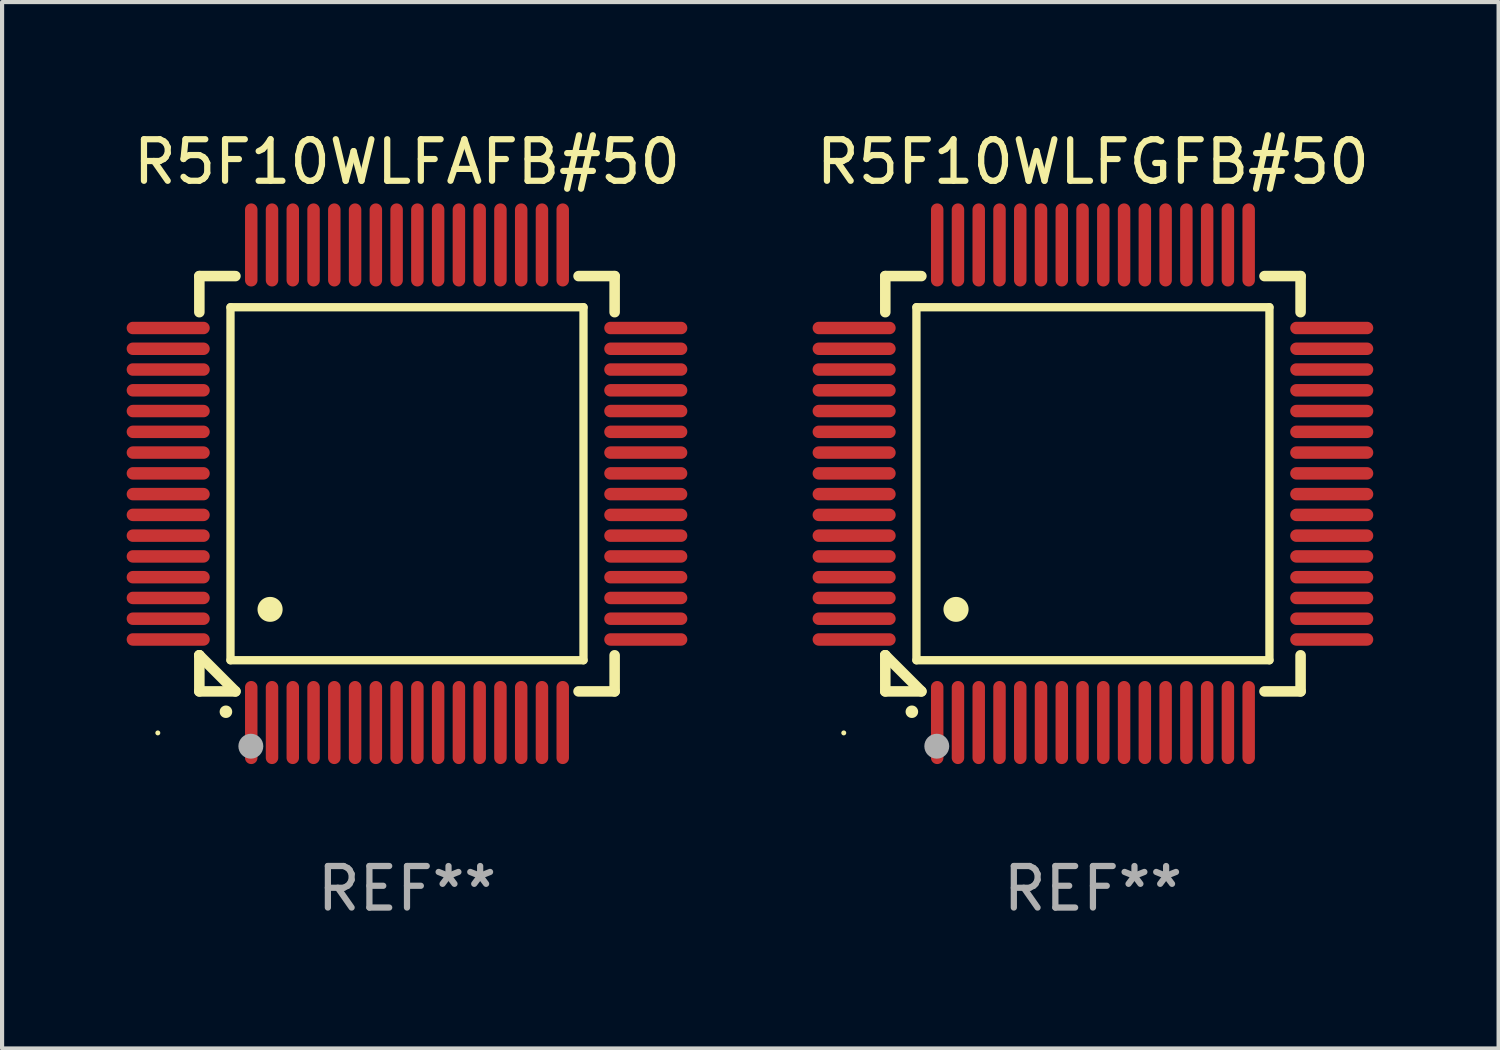
<source format=kicad_pcb>
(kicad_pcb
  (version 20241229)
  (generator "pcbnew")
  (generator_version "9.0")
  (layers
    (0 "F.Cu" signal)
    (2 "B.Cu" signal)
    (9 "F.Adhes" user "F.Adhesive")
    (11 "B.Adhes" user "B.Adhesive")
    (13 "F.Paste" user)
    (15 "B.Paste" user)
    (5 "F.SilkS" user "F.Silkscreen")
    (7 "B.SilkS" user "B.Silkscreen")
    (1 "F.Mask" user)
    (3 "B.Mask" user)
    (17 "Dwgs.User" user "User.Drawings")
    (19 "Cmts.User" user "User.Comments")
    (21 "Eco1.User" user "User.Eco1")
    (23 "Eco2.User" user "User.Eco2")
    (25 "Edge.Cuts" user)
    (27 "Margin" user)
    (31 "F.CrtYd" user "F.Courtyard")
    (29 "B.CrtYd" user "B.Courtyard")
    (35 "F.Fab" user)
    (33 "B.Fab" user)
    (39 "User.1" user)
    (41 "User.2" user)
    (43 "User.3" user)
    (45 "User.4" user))
  (footprint "R5F10WLFAFB#50"
    (layer "F.Cu")
    (at 6.75 8.598)
    (property "Reference" "R5F10WLFAFB#50" (at 0 -7.75 0) (layer "F.SilkS") (effects (font (size 1 1) (thickness 0.15))))
    (attr through_hole)
    (fp_line (start -5 -5) (end -4.131 -5) (stroke (width 0.254) (type solid)) (layer "F.SilkS"))
    (fp_line (start -5 -4.131) (end -5 -5) (stroke (width 0.254) (type solid)) (layer "F.SilkS"))
    (fp_line (start -5 4.131) (end -5 4.131) (stroke (width 0.254) (type solid)) (layer "F.SilkS"))
    (fp_line (start -5 5) (end -5 4.131) (stroke (width 0.254) (type solid)) (layer "F.SilkS"))
    (fp_line (start -5 4.131) (end -4.131 5) (stroke (width 0.254) (type solid)) (layer "F.SilkS"))
    (fp_line (start -4.25 -4.25) (end -4.25 4.25) (stroke (width 0.2) (type solid)) (layer "F.SilkS"))
    (fp_line (start -4.25 4.25) (end 4.25 4.25) (stroke (width 0.2) (type solid)) (layer "F.SilkS"))
    (fp_line (start -4.131 5) (end -5 5) (stroke (width 0.254) (type solid)) (layer "F.SilkS"))
    (fp_line (start 4.25 -4.25) (end -4.25 -4.25) (stroke (width 0.2) (type solid)) (layer "F.SilkS"))
    (fp_line (start 4.25 4.25) (end 4.25 -4.25) (stroke (width 0.2) (type solid)) (layer "F.SilkS"))
    (fp_line (start 5 -5) (end 4.131 -5) (stroke (width 0.254) (type solid)) (layer "F.SilkS"))
    (fp_line (start 5 -5) (end 5 -4.131) (stroke (width 0.254) (type solid)) (layer "F.SilkS"))
    (fp_line (start 5 4.131) (end 5 5) (stroke (width 0.254) (type solid)) (layer "F.SilkS"))
    (fp_line (start 5 5) (end 4.131 5) (stroke (width 0.254) (type solid)) (layer "F.SilkS"))
    (fp_arc (start -4.361265 5.489992) (mid -4.359995 5.489987) (end -4.358725 5.489992) (stroke (width 0.3) (type solid)) (layer "F.SilkS"))
    (fp_arc (start -3.299467 3.025146) (mid -3.296927 3.025135) (end -3.294387 3.025146) (stroke (width 0.6) (type solid)) (layer "F.SilkS"))
    (fp_circle (center -6 6) (end -5.97 6) (stroke (width 0.06) (type solid)) (fill no) (layer "F.SilkS"))
    (fp_circle (center -3.76 6.32) (end -3.61 6.32) (stroke (width 0.3) (type solid)) (fill no) (layer "F.Fab"))
    (fp_text user "REF**" (at 0 9.75 0) (layer "F.Fab") (effects (font (size 1 1) (thickness 0.15))))
    (pad "1" smd oval (at -3.75 5.75) (size 0.3 2) (layers "F.Cu" "F.Mask" "F.Paste"))
    (pad "2" smd oval (at -3.25 5.75) (size 0.3 2) (layers "F.Cu" "F.Mask" "F.Paste"))
    (pad "3" smd oval (at -2.75 5.75) (size 0.3 2) (layers "F.Cu" "F.Mask" "F.Paste"))
    (pad "4" smd oval (at -2.25 5.75) (size 0.3 2) (layers "F.Cu" "F.Mask" "F.Paste"))
    (pad "5" smd oval (at -1.75 5.75) (size 0.3 2) (layers "F.Cu" "F.Mask" "F.Paste"))
    (pad "6" smd oval (at -1.25 5.75) (size 0.3 2) (layers "F.Cu" "F.Mask" "F.Paste"))
    (pad "7" smd oval (at -0.75 5.75) (size 0.3 2) (layers "F.Cu" "F.Mask" "F.Paste"))
    (pad "8" smd oval (at -0.25 5.75) (size 0.3 2) (layers "F.Cu" "F.Mask" "F.Paste"))
    (pad "9" smd oval (at 0.25 5.75) (size 0.3 2) (layers "F.Cu" "F.Mask" "F.Paste"))
    (pad "10" smd oval (at 0.75 5.75) (size 0.3 2) (layers "F.Cu" "F.Mask" "F.Paste"))
    (pad "11" smd oval (at 1.25 5.75) (size 0.3 2) (layers "F.Cu" "F.Mask" "F.Paste"))
    (pad "12" smd oval (at 1.75 5.75) (size 0.3 2) (layers "F.Cu" "F.Mask" "F.Paste"))
    (pad "13" smd oval (at 2.25 5.75) (size 0.3 2) (layers "F.Cu" "F.Mask" "F.Paste"))
    (pad "14" smd oval (at 2.75 5.75) (size 0.3 2) (layers "F.Cu" "F.Mask" "F.Paste"))
    (pad "15" smd oval (at 3.25 5.75) (size 0.3 2) (layers "F.Cu" "F.Mask" "F.Paste"))
    (pad "16" smd oval (at 3.75 5.75) (size 0.3 2) (layers "F.Cu" "F.Mask" "F.Paste"))
    (pad "17" smd oval (at 5.75 3.75) (size 2 0.3) (layers "F.Cu" "F.Mask" "F.Paste"))
    (pad "18" smd oval (at 5.75 3.25) (size 2 0.3) (layers "F.Cu" "F.Mask" "F.Paste"))
    (pad "19" smd oval (at 5.75 2.75) (size 2 0.3) (layers "F.Cu" "F.Mask" "F.Paste"))
    (pad "20" smd oval (at 5.75 2.25) (size 2 0.3) (layers "F.Cu" "F.Mask" "F.Paste"))
    (pad "21" smd oval (at 5.75 1.75) (size 2 0.3) (layers "F.Cu" "F.Mask" "F.Paste"))
    (pad "22" smd oval (at 5.75 1.25) (size 2 0.3) (layers "F.Cu" "F.Mask" "F.Paste"))
    (pad "23" smd oval (at 5.75 0.75) (size 2 0.3) (layers "F.Cu" "F.Mask" "F.Paste"))
    (pad "24" smd oval (at 5.75 0.25) (size 2 0.3) (layers "F.Cu" "F.Mask" "F.Paste"))
    (pad "25" smd oval (at 5.75 -0.25) (size 2 0.3) (layers "F.Cu" "F.Mask" "F.Paste"))
    (pad "26" smd oval (at 5.75 -0.75) (size 2 0.3) (layers "F.Cu" "F.Mask" "F.Paste"))
    (pad "27" smd oval (at 5.75 -1.25) (size 2 0.3) (layers "F.Cu" "F.Mask" "F.Paste"))
    (pad "28" smd oval (at 5.75 -1.75) (size 2 0.3) (layers "F.Cu" "F.Mask" "F.Paste"))
    (pad "29" smd oval (at 5.75 -2.25) (size 2 0.3) (layers "F.Cu" "F.Mask" "F.Paste"))
    (pad "30" smd oval (at 5.75 -2.75) (size 2 0.3) (layers "F.Cu" "F.Mask" "F.Paste"))
    (pad "31" smd oval (at 5.75 -3.25) (size 2 0.3) (layers "F.Cu" "F.Mask" "F.Paste"))
    (pad "32" smd oval (at 5.75 -3.75) (size 2 0.3) (layers "F.Cu" "F.Mask" "F.Paste"))
    (pad "33" smd oval (at 3.75 -5.75) (size 0.3 2) (layers "F.Cu" "F.Mask" "F.Paste"))
    (pad "34" smd oval (at 3.25 -5.75) (size 0.3 2) (layers "F.Cu" "F.Mask" "F.Paste"))
    (pad "35" smd oval (at 2.75 -5.75) (size 0.3 2) (layers "F.Cu" "F.Mask" "F.Paste"))
    (pad "36" smd oval (at 2.25 -5.75) (size 0.3 2) (layers "F.Cu" "F.Mask" "F.Paste"))
    (pad "37" smd oval (at 1.75 -5.75) (size 0.3 2) (layers "F.Cu" "F.Mask" "F.Paste"))
    (pad "38" smd oval (at 1.25 -5.75) (size 0.3 2) (layers "F.Cu" "F.Mask" "F.Paste"))
    (pad "39" smd oval (at 0.75 -5.75) (size 0.3 2) (layers "F.Cu" "F.Mask" "F.Paste"))
    (pad "40" smd oval (at 0.25 -5.75) (size 0.3 2) (layers "F.Cu" "F.Mask" "F.Paste"))
    (pad "41" smd oval (at -0.25 -5.75) (size 0.3 2) (layers "F.Cu" "F.Mask" "F.Paste"))
    (pad "42" smd oval (at -0.75 -5.75) (size 0.3 2) (layers "F.Cu" "F.Mask" "F.Paste"))
    (pad "43" smd oval (at -1.25 -5.75) (size 0.3 2) (layers "F.Cu" "F.Mask" "F.Paste"))
    (pad "44" smd oval (at -1.75 -5.75) (size 0.3 2) (layers "F.Cu" "F.Mask" "F.Paste"))
    (pad "45" smd oval (at -2.25 -5.75) (size 0.3 2) (layers "F.Cu" "F.Mask" "F.Paste"))
    (pad "46" smd oval (at -2.75 -5.75) (size 0.3 2) (layers "F.Cu" "F.Mask" "F.Paste"))
    (pad "47" smd oval (at -3.25 -5.75) (size 0.3 2) (layers "F.Cu" "F.Mask" "F.Paste"))
    (pad "48" smd oval (at -3.75 -5.75) (size 0.3 2) (layers "F.Cu" "F.Mask" "F.Paste"))
    (pad "49" smd oval (at -5.75 -3.75) (size 2 0.3) (layers "F.Cu" "F.Mask" "F.Paste"))
    (pad "50" smd oval (at -5.75 -3.25) (size 2 0.3) (layers "F.Cu" "F.Mask" "F.Paste"))
    (pad "51" smd oval (at -5.75 -2.75) (size 2 0.3) (layers "F.Cu" "F.Mask" "F.Paste"))
    (pad "52" smd oval (at -5.75 -2.25) (size 2 0.3) (layers "F.Cu" "F.Mask" "F.Paste"))
    (pad "53" smd oval (at -5.75 -1.75) (size 2 0.3) (layers "F.Cu" "F.Mask" "F.Paste"))
    (pad "54" smd oval (at -5.75 -1.25) (size 2 0.3) (layers "F.Cu" "F.Mask" "F.Paste"))
    (pad "55" smd oval (at -5.75 -0.75) (size 2 0.3) (layers "F.Cu" "F.Mask" "F.Paste"))
    (pad "56" smd oval (at -5.75 -0.25) (size 2 0.3) (layers "F.Cu" "F.Mask" "F.Paste"))
    (pad "57" smd oval (at -5.75 0.25) (size 2 0.3) (layers "F.Cu" "F.Mask" "F.Paste"))
    (pad "58" smd oval (at -5.75 0.75) (size 2 0.3) (layers "F.Cu" "F.Mask" "F.Paste"))
    (pad "59" smd oval (at -5.75 1.25) (size 2 0.3) (layers "F.Cu" "F.Mask" "F.Paste"))
    (pad "60" smd oval (at -5.75 1.75) (size 2 0.3) (layers "F.Cu" "F.Mask" "F.Paste"))
    (pad "61" smd oval (at -5.75 2.25) (size 2 0.3) (layers "F.Cu" "F.Mask" "F.Paste"))
    (pad "62" smd oval (at -5.75 2.75) (size 2 0.3) (layers "F.Cu" "F.Mask" "F.Paste"))
    (pad "63" smd oval (at -5.75 3.25) (size 2 0.3) (layers "F.Cu" "F.Mask" "F.Paste"))
    (pad "64" smd oval (at -5.75 3.75) (size 2 0.3) (layers "F.Cu" "F.Mask" "F.Paste")))
  (footprint "R5F10WLFGFB#50"
    (layer "F.Cu")
    (at 23.267 8.598)
    (property "Reference" "R5F10WLFGFB#50" (at 0 -7.75 0) (layer "F.SilkS") (effects (font (size 1 1) (thickness 0.15))))
    (attr through_hole)
    (fp_line (start -5 -5) (end -4.131 -5) (stroke (width 0.254) (type solid)) (layer "F.SilkS"))
    (fp_line (start -5 -4.131) (end -5 -5) (stroke (width 0.254) (type solid)) (layer "F.SilkS"))
    (fp_line (start -5 4.131) (end -5 4.131) (stroke (width 0.254) (type solid)) (layer "F.SilkS"))
    (fp_line (start -5 5) (end -5 4.131) (stroke (width 0.254) (type solid)) (layer "F.SilkS"))
    (fp_line (start -5 4.131) (end -4.131 5) (stroke (width 0.254) (type solid)) (layer "F.SilkS"))
    (fp_line (start -4.25 -4.25) (end -4.25 4.25) (stroke (width 0.2) (type solid)) (layer "F.SilkS"))
    (fp_line (start -4.25 4.25) (end 4.25 4.25) (stroke (width 0.2) (type solid)) (layer "F.SilkS"))
    (fp_line (start -4.131 5) (end -5 5) (stroke (width 0.254) (type solid)) (layer "F.SilkS"))
    (fp_line (start 4.25 -4.25) (end -4.25 -4.25) (stroke (width 0.2) (type solid)) (layer "F.SilkS"))
    (fp_line (start 4.25 4.25) (end 4.25 -4.25) (stroke (width 0.2) (type solid)) (layer "F.SilkS"))
    (fp_line (start 5 -5) (end 4.131 -5) (stroke (width 0.254) (type solid)) (layer "F.SilkS"))
    (fp_line (start 5 -5) (end 5 -4.131) (stroke (width 0.254) (type solid)) (layer "F.SilkS"))
    (fp_line (start 5 4.131) (end 5 5) (stroke (width 0.254) (type solid)) (layer "F.SilkS"))
    (fp_line (start 5 5) (end 4.131 5) (stroke (width 0.254) (type solid)) (layer "F.SilkS"))
    (fp_arc (start -4.361265 5.489992) (mid -4.359995 5.489987) (end -4.358725 5.489992) (stroke (width 0.3) (type solid)) (layer "F.SilkS"))
    (fp_arc (start -3.299467 3.025146) (mid -3.296927 3.025135) (end -3.294387 3.025146) (stroke (width 0.6) (type solid)) (layer "F.SilkS"))
    (fp_circle (center -6 6) (end -5.97 6) (stroke (width 0.06) (type solid)) (fill no) (layer "F.SilkS"))
    (fp_circle (center -3.76 6.32) (end -3.61 6.32) (stroke (width 0.3) (type solid)) (fill no) (layer "F.Fab"))
    (fp_text user "REF**" (at 0 9.75 0) (layer "F.Fab") (effects (font (size 1 1) (thickness 0.15))))
    (pad "1" smd oval (at -3.75 5.75) (size 0.3 2) (layers "F.Cu" "F.Mask" "F.Paste"))
    (pad "2" smd oval (at -3.25 5.75) (size 0.3 2) (layers "F.Cu" "F.Mask" "F.Paste"))
    (pad "3" smd oval (at -2.75 5.75) (size 0.3 2) (layers "F.Cu" "F.Mask" "F.Paste"))
    (pad "4" smd oval (at -2.25 5.75) (size 0.3 2) (layers "F.Cu" "F.Mask" "F.Paste"))
    (pad "5" smd oval (at -1.75 5.75) (size 0.3 2) (layers "F.Cu" "F.Mask" "F.Paste"))
    (pad "6" smd oval (at -1.25 5.75) (size 0.3 2) (layers "F.Cu" "F.Mask" "F.Paste"))
    (pad "7" smd oval (at -0.75 5.75) (size 0.3 2) (layers "F.Cu" "F.Mask" "F.Paste"))
    (pad "8" smd oval (at -0.25 5.75) (size 0.3 2) (layers "F.Cu" "F.Mask" "F.Paste"))
    (pad "9" smd oval (at 0.25 5.75) (size 0.3 2) (layers "F.Cu" "F.Mask" "F.Paste"))
    (pad "10" smd oval (at 0.75 5.75) (size 0.3 2) (layers "F.Cu" "F.Mask" "F.Paste"))
    (pad "11" smd oval (at 1.25 5.75) (size 0.3 2) (layers "F.Cu" "F.Mask" "F.Paste"))
    (pad "12" smd oval (at 1.75 5.75) (size 0.3 2) (layers "F.Cu" "F.Mask" "F.Paste"))
    (pad "13" smd oval (at 2.25 5.75) (size 0.3 2) (layers "F.Cu" "F.Mask" "F.Paste"))
    (pad "14" smd oval (at 2.75 5.75) (size 0.3 2) (layers "F.Cu" "F.Mask" "F.Paste"))
    (pad "15" smd oval (at 3.25 5.75) (size 0.3 2) (layers "F.Cu" "F.Mask" "F.Paste"))
    (pad "16" smd oval (at 3.75 5.75) (size 0.3 2) (layers "F.Cu" "F.Mask" "F.Paste"))
    (pad "17" smd oval (at 5.75 3.75) (size 2 0.3) (layers "F.Cu" "F.Mask" "F.Paste"))
    (pad "18" smd oval (at 5.75 3.25) (size 2 0.3) (layers "F.Cu" "F.Mask" "F.Paste"))
    (pad "19" smd oval (at 5.75 2.75) (size 2 0.3) (layers "F.Cu" "F.Mask" "F.Paste"))
    (pad "20" smd oval (at 5.75 2.25) (size 2 0.3) (layers "F.Cu" "F.Mask" "F.Paste"))
    (pad "21" smd oval (at 5.75 1.75) (size 2 0.3) (layers "F.Cu" "F.Mask" "F.Paste"))
    (pad "22" smd oval (at 5.75 1.25) (size 2 0.3) (layers "F.Cu" "F.Mask" "F.Paste"))
    (pad "23" smd oval (at 5.75 0.75) (size 2 0.3) (layers "F.Cu" "F.Mask" "F.Paste"))
    (pad "24" smd oval (at 5.75 0.25) (size 2 0.3) (layers "F.Cu" "F.Mask" "F.Paste"))
    (pad "25" smd oval (at 5.75 -0.25) (size 2 0.3) (layers "F.Cu" "F.Mask" "F.Paste"))
    (pad "26" smd oval (at 5.75 -0.75) (size 2 0.3) (layers "F.Cu" "F.Mask" "F.Paste"))
    (pad "27" smd oval (at 5.75 -1.25) (size 2 0.3) (layers "F.Cu" "F.Mask" "F.Paste"))
    (pad "28" smd oval (at 5.75 -1.75) (size 2 0.3) (layers "F.Cu" "F.Mask" "F.Paste"))
    (pad "29" smd oval (at 5.75 -2.25) (size 2 0.3) (layers "F.Cu" "F.Mask" "F.Paste"))
    (pad "30" smd oval (at 5.75 -2.75) (size 2 0.3) (layers "F.Cu" "F.Mask" "F.Paste"))
    (pad "31" smd oval (at 5.75 -3.25) (size 2 0.3) (layers "F.Cu" "F.Mask" "F.Paste"))
    (pad "32" smd oval (at 5.75 -3.75) (size 2 0.3) (layers "F.Cu" "F.Mask" "F.Paste"))
    (pad "33" smd oval (at 3.75 -5.75) (size 0.3 2) (layers "F.Cu" "F.Mask" "F.Paste"))
    (pad "34" smd oval (at 3.25 -5.75) (size 0.3 2) (layers "F.Cu" "F.Mask" "F.Paste"))
    (pad "35" smd oval (at 2.75 -5.75) (size 0.3 2) (layers "F.Cu" "F.Mask" "F.Paste"))
    (pad "36" smd oval (at 2.25 -5.75) (size 0.3 2) (layers "F.Cu" "F.Mask" "F.Paste"))
    (pad "37" smd oval (at 1.75 -5.75) (size 0.3 2) (layers "F.Cu" "F.Mask" "F.Paste"))
    (pad "38" smd oval (at 1.25 -5.75) (size 0.3 2) (layers "F.Cu" "F.Mask" "F.Paste"))
    (pad "39" smd oval (at 0.75 -5.75) (size 0.3 2) (layers "F.Cu" "F.Mask" "F.Paste"))
    (pad "40" smd oval (at 0.25 -5.75) (size 0.3 2) (layers "F.Cu" "F.Mask" "F.Paste"))
    (pad "41" smd oval (at -0.25 -5.75) (size 0.3 2) (layers "F.Cu" "F.Mask" "F.Paste"))
    (pad "42" smd oval (at -0.75 -5.75) (size 0.3 2) (layers "F.Cu" "F.Mask" "F.Paste"))
    (pad "43" smd oval (at -1.25 -5.75) (size 0.3 2) (layers "F.Cu" "F.Mask" "F.Paste"))
    (pad "44" smd oval (at -1.75 -5.75) (size 0.3 2) (layers "F.Cu" "F.Mask" "F.Paste"))
    (pad "45" smd oval (at -2.25 -5.75) (size 0.3 2) (layers "F.Cu" "F.Mask" "F.Paste"))
    (pad "46" smd oval (at -2.75 -5.75) (size 0.3 2) (layers "F.Cu" "F.Mask" "F.Paste"))
    (pad "47" smd oval (at -3.25 -5.75) (size 0.3 2) (layers "F.Cu" "F.Mask" "F.Paste"))
    (pad "48" smd oval (at -3.75 -5.75) (size 0.3 2) (layers "F.Cu" "F.Mask" "F.Paste"))
    (pad "49" smd oval (at -5.75 -3.75) (size 2 0.3) (layers "F.Cu" "F.Mask" "F.Paste"))
    (pad "50" smd oval (at -5.75 -3.25) (size 2 0.3) (layers "F.Cu" "F.Mask" "F.Paste"))
    (pad "51" smd oval (at -5.75 -2.75) (size 2 0.3) (layers "F.Cu" "F.Mask" "F.Paste"))
    (pad "52" smd oval (at -5.75 -2.25) (size 2 0.3) (layers "F.Cu" "F.Mask" "F.Paste"))
    (pad "53" smd oval (at -5.75 -1.75) (size 2 0.3) (layers "F.Cu" "F.Mask" "F.Paste"))
    (pad "54" smd oval (at -5.75 -1.25) (size 2 0.3) (layers "F.Cu" "F.Mask" "F.Paste"))
    (pad "55" smd oval (at -5.75 -0.75) (size 2 0.3) (layers "F.Cu" "F.Mask" "F.Paste"))
    (pad "56" smd oval (at -5.75 -0.25) (size 2 0.3) (layers "F.Cu" "F.Mask" "F.Paste"))
    (pad "57" smd oval (at -5.75 0.25) (size 2 0.3) (layers "F.Cu" "F.Mask" "F.Paste"))
    (pad "58" smd oval (at -5.75 0.75) (size 2 0.3) (layers "F.Cu" "F.Mask" "F.Paste"))
    (pad "59" smd oval (at -5.75 1.25) (size 2 0.3) (layers "F.Cu" "F.Mask" "F.Paste"))
    (pad "60" smd oval (at -5.75 1.75) (size 2 0.3) (layers "F.Cu" "F.Mask" "F.Paste"))
    (pad "61" smd oval (at -5.75 2.25) (size 2 0.3) (layers "F.Cu" "F.Mask" "F.Paste"))
    (pad "62" smd oval (at -5.75 2.75) (size 2 0.3) (layers "F.Cu" "F.Mask" "F.Paste"))
    (pad "63" smd oval (at -5.75 3.25) (size 2 0.3) (layers "F.Cu" "F.Mask" "F.Paste"))
    (pad "64" smd oval (at -5.75 3.75) (size 2 0.3) (layers "F.Cu" "F.Mask" "F.Paste")))
  (gr_rect
    (start -3 -3)
    (end 33.035 22.196)
    (stroke (width 0.1) (type default))
    (fill no)
    (layer "Edge.Cuts")))
</source>
